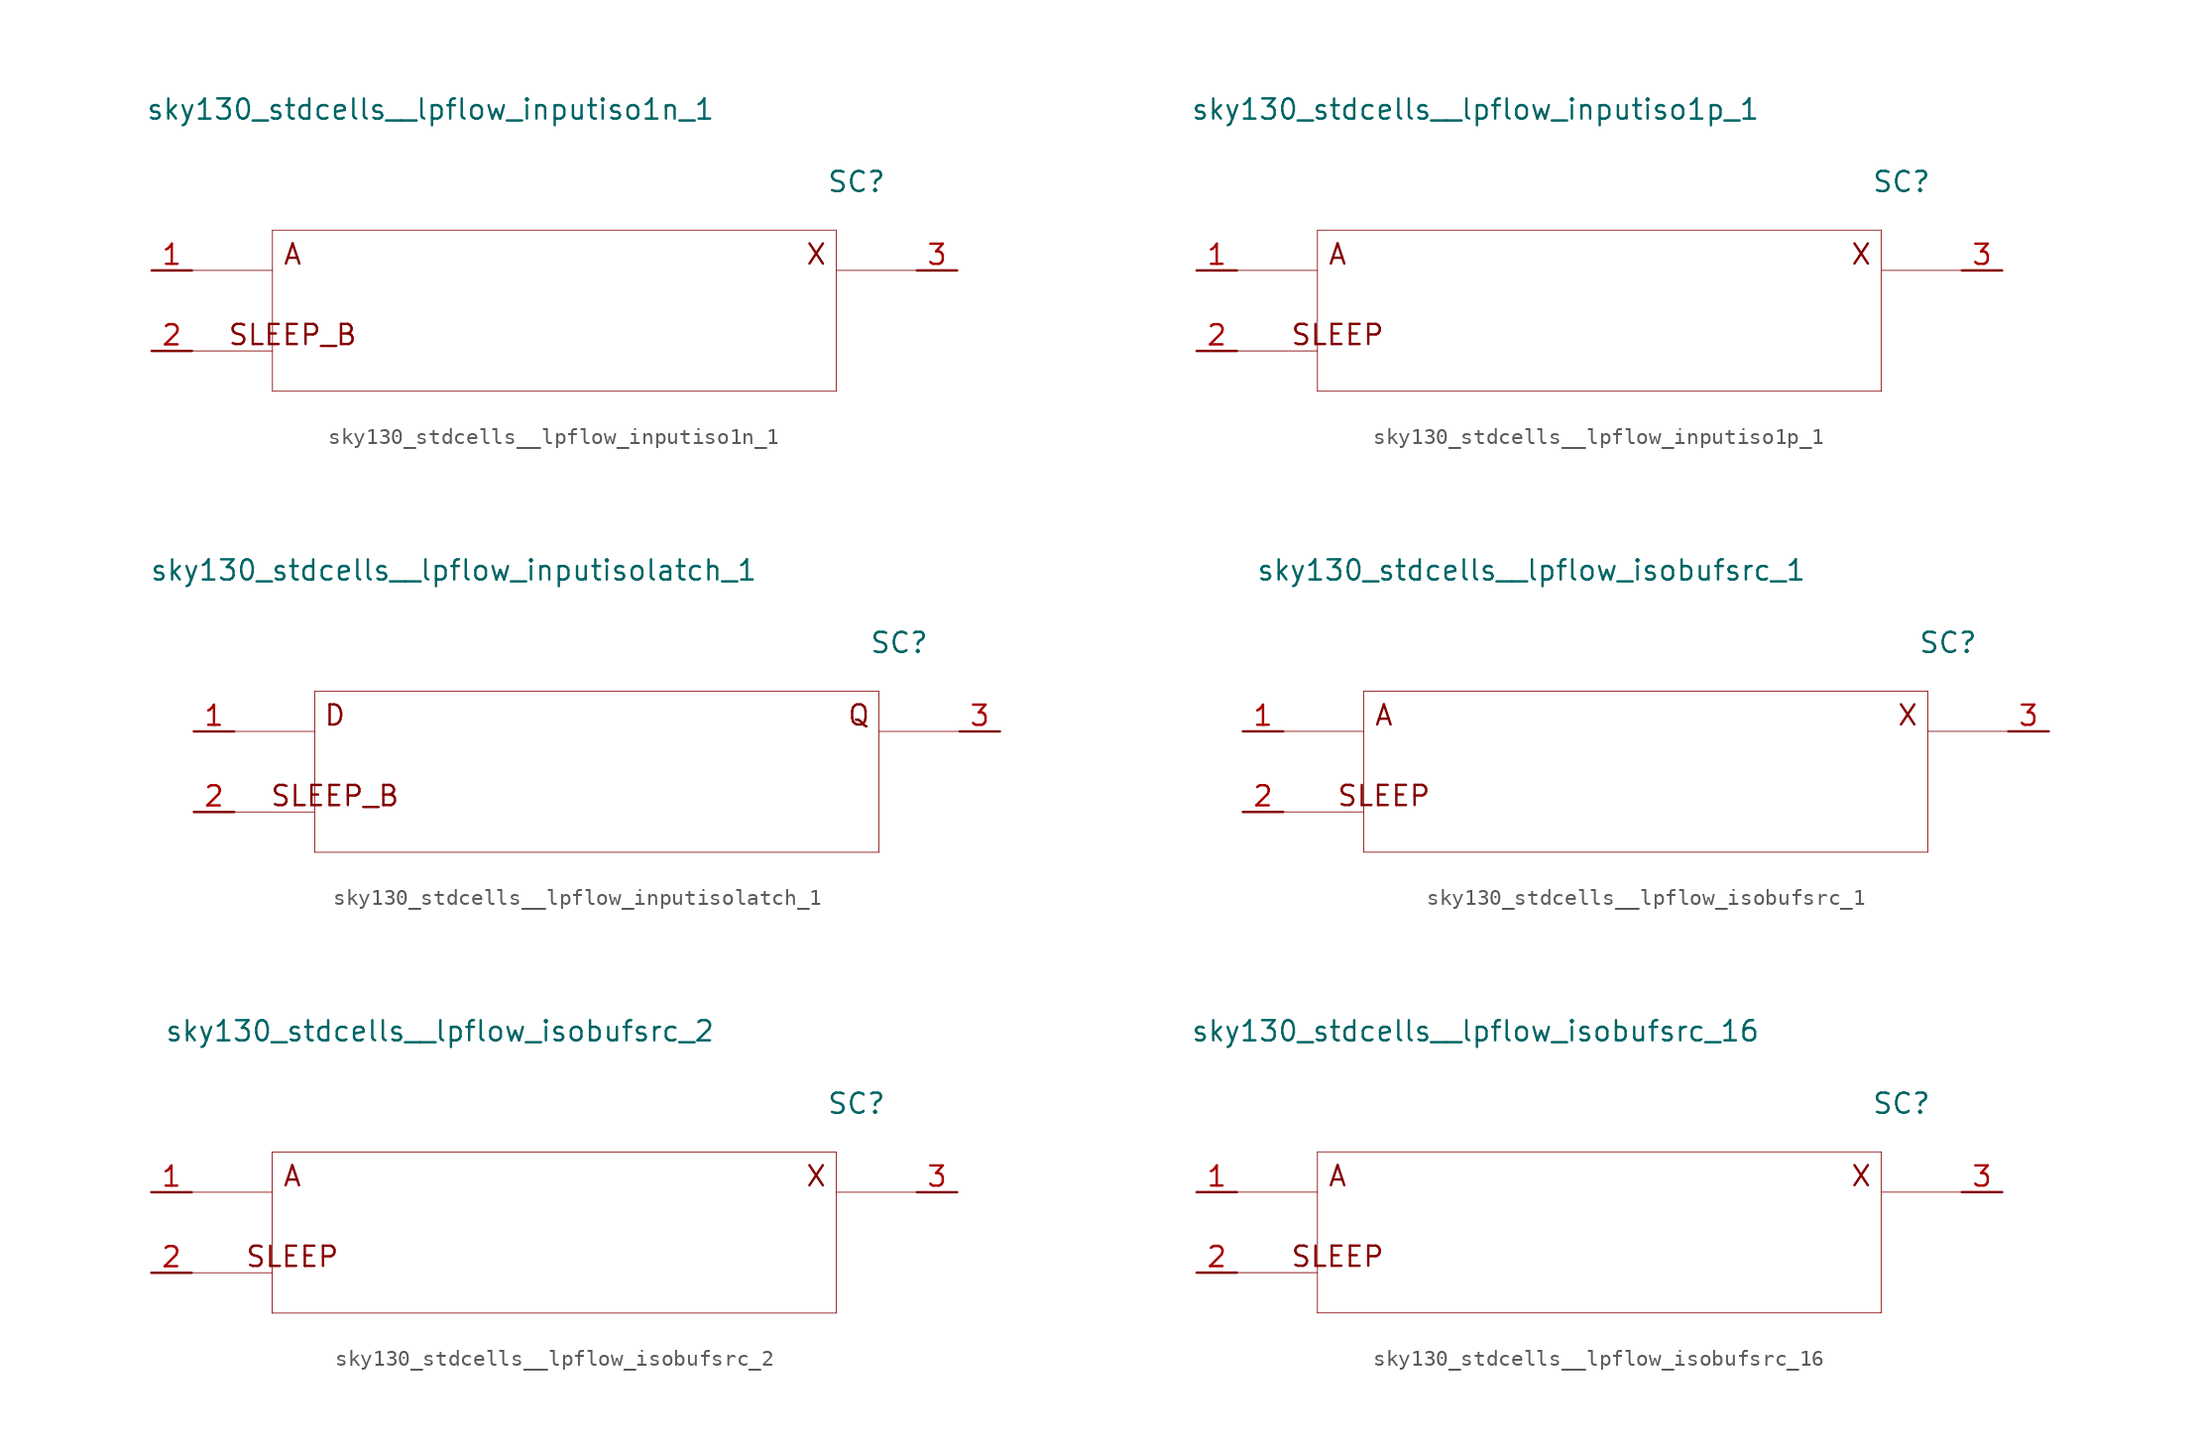
<source format=kicad_sym>
(kicad_symbol_lib
  (version 20211014)
  (generator kicad_symbol_editor)
  (symbol "sky130_stdcells__lpflow_inputiso1n_1"
    (pin_names hide)
    (property "Reference" "SC"
      (at 19.05 8.128 0)
      (effects (font (size 1.27 1.27))))
    (property "Value" "sky130_stdcells__lpflow_inputiso1n_1"
      (at 10.16 12.7 0)
      (effects (font (size 1.27 1.27)) (justify right)))
    (symbol "sky130_stdcells__lpflow_inputiso1n_1_0_0"
      (polyline (pts (xy -22.86 -2.54) (xy -17.78 -2.54)) (stroke (width 0.051) (type default) (color 0 0 0 0)) (fill (type none)))
      (polyline (pts (xy -22.86 2.54) (xy -17.78 2.54)) (stroke (width 0.051) (type default) (color 0 0 0 0)) (fill (type none)))
      (polyline (pts (xy -17.78 -5.08) (xy 17.78 -5.08)) (stroke (width 0.051) (type default) (color 0 0 0 0)) (fill (type none)))
      (polyline (pts (xy -17.78 5.08) (xy -17.78 -5.08)) (stroke (width 0.051) (type default) (color 0 0 0 0)) (fill (type none)))
      (polyline (pts (xy -17.78 5.08) (xy 17.78 5.08)) (stroke (width 0.051) (type default) (color 0 0 0 0)) (fill (type none)))
      (polyline (pts (xy 17.78 2.54) (xy 22.86 2.54)) (stroke (width 0.051) (type default) (color 0 0 0 0)) (fill (type none)))
      (polyline (pts (xy 17.78 5.08) (xy 17.78 -5.08)) (stroke (width 0.051) (type default) (color 0 0 0 0)) (fill (type none)))
      (text "A" (at -16.51 3.556 0) (effects (font (size 1.27 1.27))))
      (text "SLEEP_B" (at -16.51 -1.524 0) (effects (font (size 1.27 1.27))))
      (text "X" (at 16.51 3.556 0) (effects (font (size 1.27 1.27)))))
    (symbol "sky130_stdcells__lpflow_inputiso1n_1_1_1"
      (pin input line (at -25.4 2.54 0) (length 2.54) (name "A" (effects (font (size 1.092 1.092)))) (number "1" (effects (font (size 1.27 1.27)))))
      (pin input line (at -25.4 -2.54 0) (length 2.54) (name "SLEEP_B" (effects (font (size 1.092 1.092)))) (number "2" (effects (font (size 1.27 1.27)))))
      (pin output line (at 25.4 2.54 180) (length 2.54) (name "X" (effects (font (size 1.092 1.092)))) (number "3" (effects (font (size 1.27 1.27)))))))
  (symbol "sky130_stdcells__lpflow_inputiso1p_1"
    (pin_names hide)
    (property "Reference" "SC"
      (at 19.05 8.128 0)
      (effects (font (size 1.27 1.27))))
    (property "Value" "sky130_stdcells__lpflow_inputiso1p_1"
      (at 10.16 12.7 0)
      (effects (font (size 1.27 1.27)) (justify right)))
    (symbol "sky130_stdcells__lpflow_inputiso1p_1_0_0"
      (polyline (pts (xy -22.86 -2.54) (xy -17.78 -2.54)) (stroke (width 0.051) (type default) (color 0 0 0 0)) (fill (type none)))
      (polyline (pts (xy -22.86 2.54) (xy -17.78 2.54)) (stroke (width 0.051) (type default) (color 0 0 0 0)) (fill (type none)))
      (polyline (pts (xy -17.78 -5.08) (xy 17.78 -5.08)) (stroke (width 0.051) (type default) (color 0 0 0 0)) (fill (type none)))
      (polyline (pts (xy -17.78 5.08) (xy -17.78 -5.08)) (stroke (width 0.051) (type default) (color 0 0 0 0)) (fill (type none)))
      (polyline (pts (xy -17.78 5.08) (xy 17.78 5.08)) (stroke (width 0.051) (type default) (color 0 0 0 0)) (fill (type none)))
      (polyline (pts (xy 17.78 2.54) (xy 22.86 2.54)) (stroke (width 0.051) (type default) (color 0 0 0 0)) (fill (type none)))
      (polyline (pts (xy 17.78 5.08) (xy 17.78 -5.08)) (stroke (width 0.051) (type default) (color 0 0 0 0)) (fill (type none)))
      (text "A" (at -16.51 3.556 0) (effects (font (size 1.27 1.27))))
      (text "SLEEP" (at -16.51 -1.524 0) (effects (font (size 1.27 1.27))))
      (text "X" (at 16.51 3.556 0) (effects (font (size 1.27 1.27)))))
    (symbol "sky130_stdcells__lpflow_inputiso1p_1_1_1"
      (pin input line (at -25.4 2.54 0) (length 2.54) (name "A" (effects (font (size 1.092 1.092)))) (number "1" (effects (font (size 1.27 1.27)))))
      (pin input line (at -25.4 -2.54 0) (length 2.54) (name "SLEEP" (effects (font (size 1.092 1.092)))) (number "2" (effects (font (size 1.27 1.27)))))
      (pin output line (at 25.4 2.54 180) (length 2.54) (name "X" (effects (font (size 1.092 1.092)))) (number "3" (effects (font (size 1.27 1.27)))))))
  (symbol "sky130_stdcells__lpflow_inputisolatch_1"
    (pin_names hide)
    (property "Reference" "SC"
      (at 19.05 8.128 0)
      (effects (font (size 1.27 1.27))))
    (property "Value" "sky130_stdcells__lpflow_inputisolatch_1"
      (at 10.16 12.7 0)
      (effects (font (size 1.27 1.27)) (justify right)))
    (symbol "sky130_stdcells__lpflow_inputisolatch_1_0_0"
      (polyline (pts (xy -22.86 -2.54) (xy -17.78 -2.54)) (stroke (width 0.051) (type default) (color 0 0 0 0)) (fill (type none)))
      (polyline (pts (xy -22.86 2.54) (xy -17.78 2.54)) (stroke (width 0.051) (type default) (color 0 0 0 0)) (fill (type none)))
      (polyline (pts (xy -17.78 -5.08) (xy 17.78 -5.08)) (stroke (width 0.051) (type default) (color 0 0 0 0)) (fill (type none)))
      (polyline (pts (xy -17.78 5.08) (xy -17.78 -5.08)) (stroke (width 0.051) (type default) (color 0 0 0 0)) (fill (type none)))
      (polyline (pts (xy -17.78 5.08) (xy 17.78 5.08)) (stroke (width 0.051) (type default) (color 0 0 0 0)) (fill (type none)))
      (polyline (pts (xy 17.78 2.54) (xy 22.86 2.54)) (stroke (width 0.051) (type default) (color 0 0 0 0)) (fill (type none)))
      (polyline (pts (xy 17.78 5.08) (xy 17.78 -5.08)) (stroke (width 0.051) (type default) (color 0 0 0 0)) (fill (type none)))
      (text "D" (at -16.51 3.556 0) (effects (font (size 1.27 1.27))))
      (text "Q" (at 16.51 3.556 0) (effects (font (size 1.27 1.27))))
      (text "SLEEP_B" (at -16.51 -1.524 0) (effects (font (size 1.27 1.27)))))
    (symbol "sky130_stdcells__lpflow_inputisolatch_1_1_1"
      (pin input line (at -25.4 2.54 0) (length 2.54) (name "D" (effects (font (size 1.092 1.092)))) (number "1" (effects (font (size 1.27 1.27)))))
      (pin input line (at -25.4 -2.54 0) (length 2.54) (name "SLEEP_B" (effects (font (size 1.092 1.092)))) (number "2" (effects (font (size 1.27 1.27)))))
      (pin output line (at 25.4 2.54 180) (length 2.54) (name "Q" (effects (font (size 1.092 1.092)))) (number "3" (effects (font (size 1.27 1.27)))))))
  (symbol "sky130_stdcells__lpflow_isobufsrc_1"
    (pin_names hide)
    (property "Reference" "SC"
      (at 19.05 8.128 0)
      (effects (font (size 1.27 1.27))))
    (property "Value" "sky130_stdcells__lpflow_isobufsrc_1"
      (at 10.16 12.7 0)
      (effects (font (size 1.27 1.27)) (justify right)))
    (symbol "sky130_stdcells__lpflow_isobufsrc_1_0_0"
      (polyline (pts (xy -22.86 -2.54) (xy -17.78 -2.54)) (stroke (width 0.051) (type default) (color 0 0 0 0)) (fill (type none)))
      (polyline (pts (xy -22.86 2.54) (xy -17.78 2.54)) (stroke (width 0.051) (type default) (color 0 0 0 0)) (fill (type none)))
      (polyline (pts (xy -17.78 -5.08) (xy 17.78 -5.08)) (stroke (width 0.051) (type default) (color 0 0 0 0)) (fill (type none)))
      (polyline (pts (xy -17.78 5.08) (xy -17.78 -5.08)) (stroke (width 0.051) (type default) (color 0 0 0 0)) (fill (type none)))
      (polyline (pts (xy -17.78 5.08) (xy 17.78 5.08)) (stroke (width 0.051) (type default) (color 0 0 0 0)) (fill (type none)))
      (polyline (pts (xy 17.78 2.54) (xy 22.86 2.54)) (stroke (width 0.051) (type default) (color 0 0 0 0)) (fill (type none)))
      (polyline (pts (xy 17.78 5.08) (xy 17.78 -5.08)) (stroke (width 0.051) (type default) (color 0 0 0 0)) (fill (type none)))
      (text "A" (at -16.51 3.556 0) (effects (font (size 1.27 1.27))))
      (text "SLEEP" (at -16.51 -1.524 0) (effects (font (size 1.27 1.27))))
      (text "X" (at 16.51 3.556 0) (effects (font (size 1.27 1.27)))))
    (symbol "sky130_stdcells__lpflow_isobufsrc_1_1_1"
      (pin input line (at -25.4 2.54 0) (length 2.54) (name "A" (effects (font (size 1.092 1.092)))) (number "1" (effects (font (size 1.27 1.27)))))
      (pin input line (at -25.4 -2.54 0) (length 2.54) (name "SLEEP" (effects (font (size 1.092 1.092)))) (number "2" (effects (font (size 1.27 1.27)))))
      (pin output line (at 25.4 2.54 180) (length 2.54) (name "X" (effects (font (size 1.092 1.092)))) (number "3" (effects (font (size 1.27 1.27)))))))
  (symbol "sky130_stdcells__lpflow_isobufsrc_2"
    (pin_names hide)
    (property "Reference" "SC"
      (at 19.05 8.128 0)
      (effects (font (size 1.27 1.27))))
    (property "Value" "sky130_stdcells__lpflow_isobufsrc_2"
      (at 10.16 12.7 0)
      (effects (font (size 1.27 1.27)) (justify right)))
    (symbol "sky130_stdcells__lpflow_isobufsrc_2_0_0"
      (polyline (pts (xy -22.86 -2.54) (xy -17.78 -2.54)) (stroke (width 0.051) (type default) (color 0 0 0 0)) (fill (type none)))
      (polyline (pts (xy -22.86 2.54) (xy -17.78 2.54)) (stroke (width 0.051) (type default) (color 0 0 0 0)) (fill (type none)))
      (polyline (pts (xy -17.78 -5.08) (xy 17.78 -5.08)) (stroke (width 0.051) (type default) (color 0 0 0 0)) (fill (type none)))
      (polyline (pts (xy -17.78 5.08) (xy -17.78 -5.08)) (stroke (width 0.051) (type default) (color 0 0 0 0)) (fill (type none)))
      (polyline (pts (xy -17.78 5.08) (xy 17.78 5.08)) (stroke (width 0.051) (type default) (color 0 0 0 0)) (fill (type none)))
      (polyline (pts (xy 17.78 2.54) (xy 22.86 2.54)) (stroke (width 0.051) (type default) (color 0 0 0 0)) (fill (type none)))
      (polyline (pts (xy 17.78 5.08) (xy 17.78 -5.08)) (stroke (width 0.051) (type default) (color 0 0 0 0)) (fill (type none)))
      (text "A" (at -16.51 3.556 0) (effects (font (size 1.27 1.27))))
      (text "SLEEP" (at -16.51 -1.524 0) (effects (font (size 1.27 1.27))))
      (text "X" (at 16.51 3.556 0) (effects (font (size 1.27 1.27)))))
    (symbol "sky130_stdcells__lpflow_isobufsrc_2_1_1"
      (pin input line (at -25.4 2.54 0) (length 2.54) (name "A" (effects (font (size 1.092 1.092)))) (number "1" (effects (font (size 1.27 1.27)))))
      (pin input line (at -25.4 -2.54 0) (length 2.54) (name "SLEEP" (effects (font (size 1.092 1.092)))) (number "2" (effects (font (size 1.27 1.27)))))
      (pin output line (at 25.4 2.54 180) (length 2.54) (name "X" (effects (font (size 1.092 1.092)))) (number "3" (effects (font (size 1.27 1.27)))))))
  (symbol "sky130_stdcells__lpflow_isobufsrc_16"
    (pin_names hide)
    (property "Reference" "SC"
      (at 19.05 8.128 0)
      (effects (font (size 1.27 1.27))))
    (property "Value" "sky130_stdcells__lpflow_isobufsrc_16"
      (at 10.16 12.7 0)
      (effects (font (size 1.27 1.27)) (justify right)))
    (symbol "sky130_stdcells__lpflow_isobufsrc_16_0_0"
      (polyline (pts (xy -22.86 -2.54) (xy -17.78 -2.54)) (stroke (width 0.051) (type default) (color 0 0 0 0)) (fill (type none)))
      (polyline (pts (xy -22.86 2.54) (xy -17.78 2.54)) (stroke (width 0.051) (type default) (color 0 0 0 0)) (fill (type none)))
      (polyline (pts (xy -17.78 -5.08) (xy 17.78 -5.08)) (stroke (width 0.051) (type default) (color 0 0 0 0)) (fill (type none)))
      (polyline (pts (xy -17.78 5.08) (xy -17.78 -5.08)) (stroke (width 0.051) (type default) (color 0 0 0 0)) (fill (type none)))
      (polyline (pts (xy -17.78 5.08) (xy 17.78 5.08)) (stroke (width 0.051) (type default) (color 0 0 0 0)) (fill (type none)))
      (polyline (pts (xy 17.78 2.54) (xy 22.86 2.54)) (stroke (width 0.051) (type default) (color 0 0 0 0)) (fill (type none)))
      (polyline (pts (xy 17.78 5.08) (xy 17.78 -5.08)) (stroke (width 0.051) (type default) (color 0 0 0 0)) (fill (type none)))
      (text "A" (at -16.51 3.556 0) (effects (font (size 1.27 1.27))))
      (text "SLEEP" (at -16.51 -1.524 0) (effects (font (size 1.27 1.27))))
      (text "X" (at 16.51 3.556 0) (effects (font (size 1.27 1.27)))))
    (symbol "sky130_stdcells__lpflow_isobufsrc_16_1_1"
      (pin input line (at -25.4 2.54 0) (length 2.54) (name "A" (effects (font (size 1.092 1.092)))) (number "1" (effects (font (size 1.27 1.27)))))
      (pin input line (at -25.4 -2.54 0) (length 2.54) (name "SLEEP" (effects (font (size 1.092 1.092)))) (number "2" (effects (font (size 1.27 1.27)))))
      (pin output line (at 25.4 2.54 180) (length 2.54) (name "X" (effects (font (size 1.092 1.092)))) (number "3" (effects (font (size 1.27 1.27))))))))
</source>
